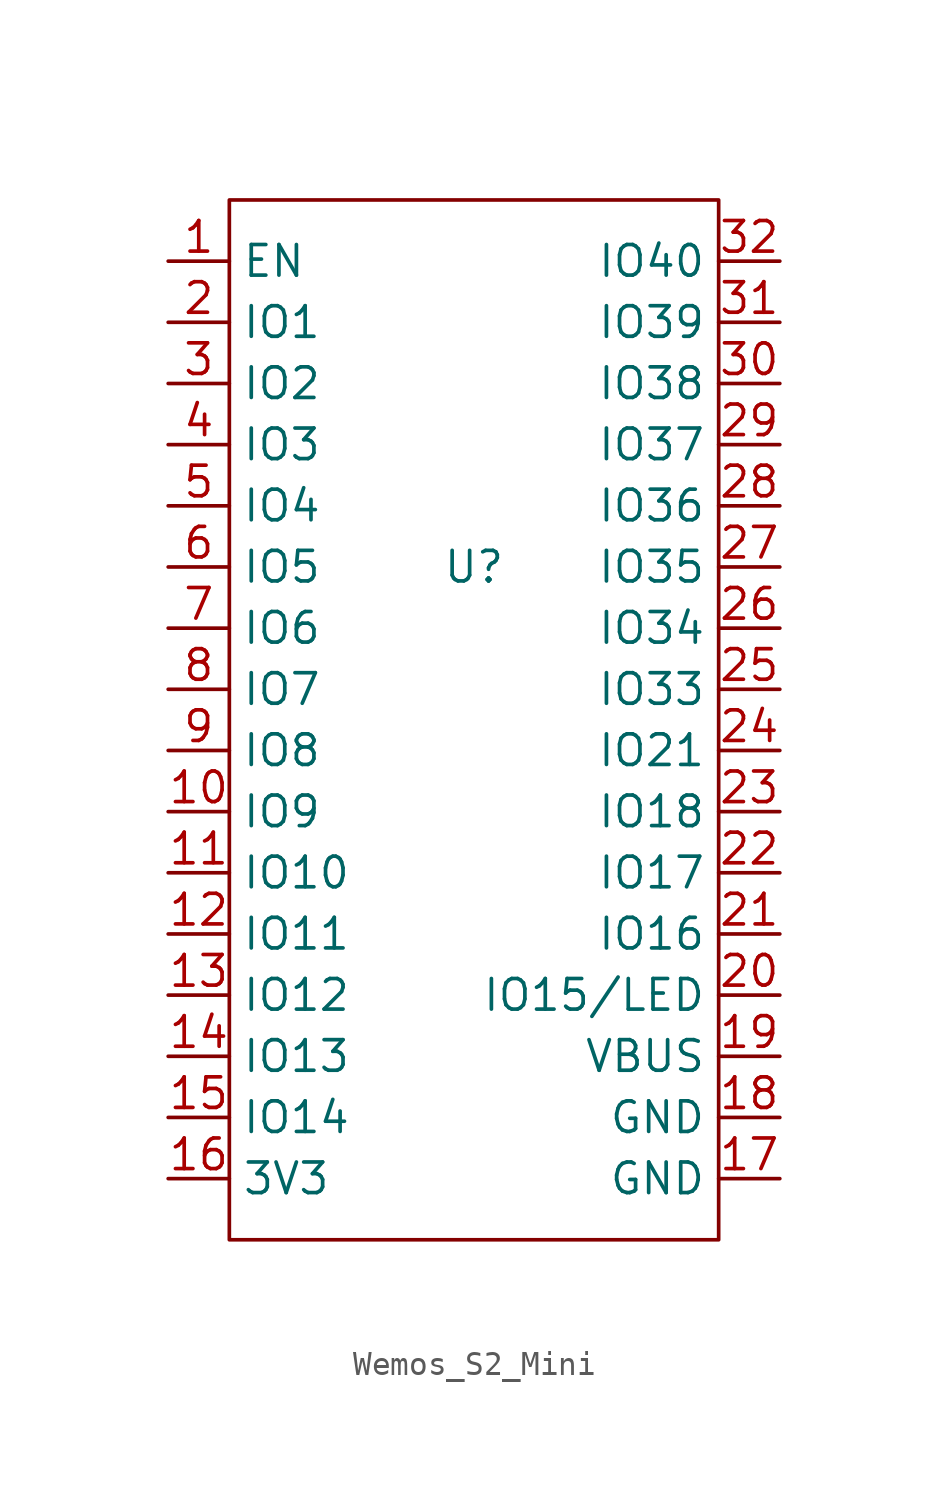
<source format=kicad_sym>
(kicad_symbol_lib
  (version 20220914)
  (generator kicad_symbol_editor)
  (symbol "Wemos_S2_Mini"
    (property "Reference" "U"
      (at 0 0 0)
      (effects (font (size 1.27 1.27))))
    (property "Value" ""
      (at 0 0 0)
      (effects (font (size 1.27 1.27))))
    (symbol "Wemos_S2_Mini_0_1"
      (rectangle (start 10.16 15.24) (end -10.16 -27.94) (stroke (width 0) (type default)) (fill (type none))))
    (symbol "Wemos_S2_Mini_1_1"
      (pin passive line (at -12.7 12.7 0) (length 2.54) (name "EN" (effects (font (size 1.27 1.27)))) (number "1" (effects (font (size 1.27 1.27)))))
      (pin passive line (at -12.7 -10.16 0) (length 2.54) (name "IO9" (effects (font (size 1.27 1.27)))) (number "10" (effects (font (size 1.27 1.27)))))
      (pin passive line (at -12.7 -12.7 0) (length 2.54) (name "IO10" (effects (font (size 1.27 1.27)))) (number "11" (effects (font (size 1.27 1.27)))))
      (pin passive line (at -12.7 -15.24 0) (length 2.54) (name "IO11" (effects (font (size 1.27 1.27)))) (number "12" (effects (font (size 1.27 1.27)))))
      (pin passive line (at -12.7 -17.78 0) (length 2.54) (name "IO12" (effects (font (size 1.27 1.27)))) (number "13" (effects (font (size 1.27 1.27)))))
      (pin passive line (at -12.7 -20.32 0) (length 2.54) (name "IO13" (effects (font (size 1.27 1.27)))) (number "14" (effects (font (size 1.27 1.27)))))
      (pin passive line (at -12.7 -22.86 0) (length 2.54) (name "IO14" (effects (font (size 1.27 1.27)))) (number "15" (effects (font (size 1.27 1.27)))))
      (pin power_out line (at -12.7 -25.4 0) (length 2.54) (name "3V3" (effects (font (size 1.27 1.27)))) (number "16" (effects (font (size 1.27 1.27)))))
      (pin power_in line (at 12.7 -25.4 180) (length 2.54) (name "GND" (effects (font (size 1.27 1.27)))) (number "17" (effects (font (size 1.27 1.27)))))
      (pin power_in line (at 12.7 -22.86 180) (length 2.54) (name "GND" (effects (font (size 1.27 1.27)))) (number "18" (effects (font (size 1.27 1.27)))))
      (pin power_in line (at 12.7 -20.32 180) (length 2.54) (name "VBUS" (effects (font (size 1.27 1.27)))) (number "19" (effects (font (size 1.27 1.27)))))
      (pin passive line (at -12.7 10.16 0) (length 2.54) (name "IO1" (effects (font (size 1.27 1.27)))) (number "2" (effects (font (size 1.27 1.27)))))
      (pin passive line (at 12.7 -17.78 180) (length 2.54) (name "IO15/LED" (effects (font (size 1.27 1.27)))) (number "20" (effects (font (size 1.27 1.27)))))
      (pin passive line (at 12.7 -15.24 180) (length 2.54) (name "IO16" (effects (font (size 1.27 1.27)))) (number "21" (effects (font (size 1.27 1.27)))))
      (pin passive line (at 12.7 -12.7 180) (length 2.54) (name "IO17" (effects (font (size 1.27 1.27)))) (number "22" (effects (font (size 1.27 1.27)))))
      (pin passive line (at 12.7 -10.16 180) (length 2.54) (name "IO18" (effects (font (size 1.27 1.27)))) (number "23" (effects (font (size 1.27 1.27)))))
      (pin passive line (at 12.7 -7.62 180) (length 2.54) (name "IO21" (effects (font (size 1.27 1.27)))) (number "24" (effects (font (size 1.27 1.27)))))
      (pin passive line (at 12.7 -5.08 180) (length 2.54) (name "IO33" (effects (font (size 1.27 1.27)))) (number "25" (effects (font (size 1.27 1.27)))))
      (pin passive line (at 12.7 -2.54 180) (length 2.54) (name "IO34" (effects (font (size 1.27 1.27)))) (number "26" (effects (font (size 1.27 1.27)))))
      (pin passive line (at 12.7 0 180) (length 2.54) (name "IO35" (effects (font (size 1.27 1.27)))) (number "27" (effects (font (size 1.27 1.27)))))
      (pin passive line (at 12.7 2.54 180) (length 2.54) (name "IO36" (effects (font (size 1.27 1.27)))) (number "28" (effects (font (size 1.27 1.27)))))
      (pin passive line (at 12.7 5.08 180) (length 2.54) (name "IO37" (effects (font (size 1.27 1.27)))) (number "29" (effects (font (size 1.27 1.27)))))
      (pin passive line (at -12.7 7.62 0) (length 2.54) (name "IO2" (effects (font (size 1.27 1.27)))) (number "3" (effects (font (size 1.27 1.27)))))
      (pin passive line (at 12.7 7.62 180) (length 2.54) (name "IO38" (effects (font (size 1.27 1.27)))) (number "30" (effects (font (size 1.27 1.27)))))
      (pin passive line (at 12.7 10.16 180) (length 2.54) (name "IO39" (effects (font (size 1.27 1.27)))) (number "31" (effects (font (size 1.27 1.27)))))
      (pin passive line (at 12.7 12.7 180) (length 2.54) (name "IO40" (effects (font (size 1.27 1.27)))) (number "32" (effects (font (size 1.27 1.27)))))
      (pin passive line (at -12.7 5.08 0) (length 2.54) (name "IO3" (effects (font (size 1.27 1.27)))) (number "4" (effects (font (size 1.27 1.27)))))
      (pin passive line (at -12.7 2.54 0) (length 2.54) (name "IO4" (effects (font (size 1.27 1.27)))) (number "5" (effects (font (size 1.27 1.27)))))
      (pin passive line (at -12.7 0 0) (length 2.54) (name "IO5" (effects (font (size 1.27 1.27)))) (number "6" (effects (font (size 1.27 1.27)))))
      (pin passive line (at -12.7 -2.54 0) (length 2.54) (name "IO6" (effects (font (size 1.27 1.27)))) (number "7" (effects (font (size 1.27 1.27)))))
      (pin passive line (at -12.7 -5.08 0) (length 2.54) (name "IO7" (effects (font (size 1.27 1.27)))) (number "8" (effects (font (size 1.27 1.27)))))
      (pin passive line (at -12.7 -7.62 0) (length 2.54) (name "IO8" (effects (font (size 1.27 1.27)))) (number "9" (effects (font (size 1.27 1.27))))))))
</source>
